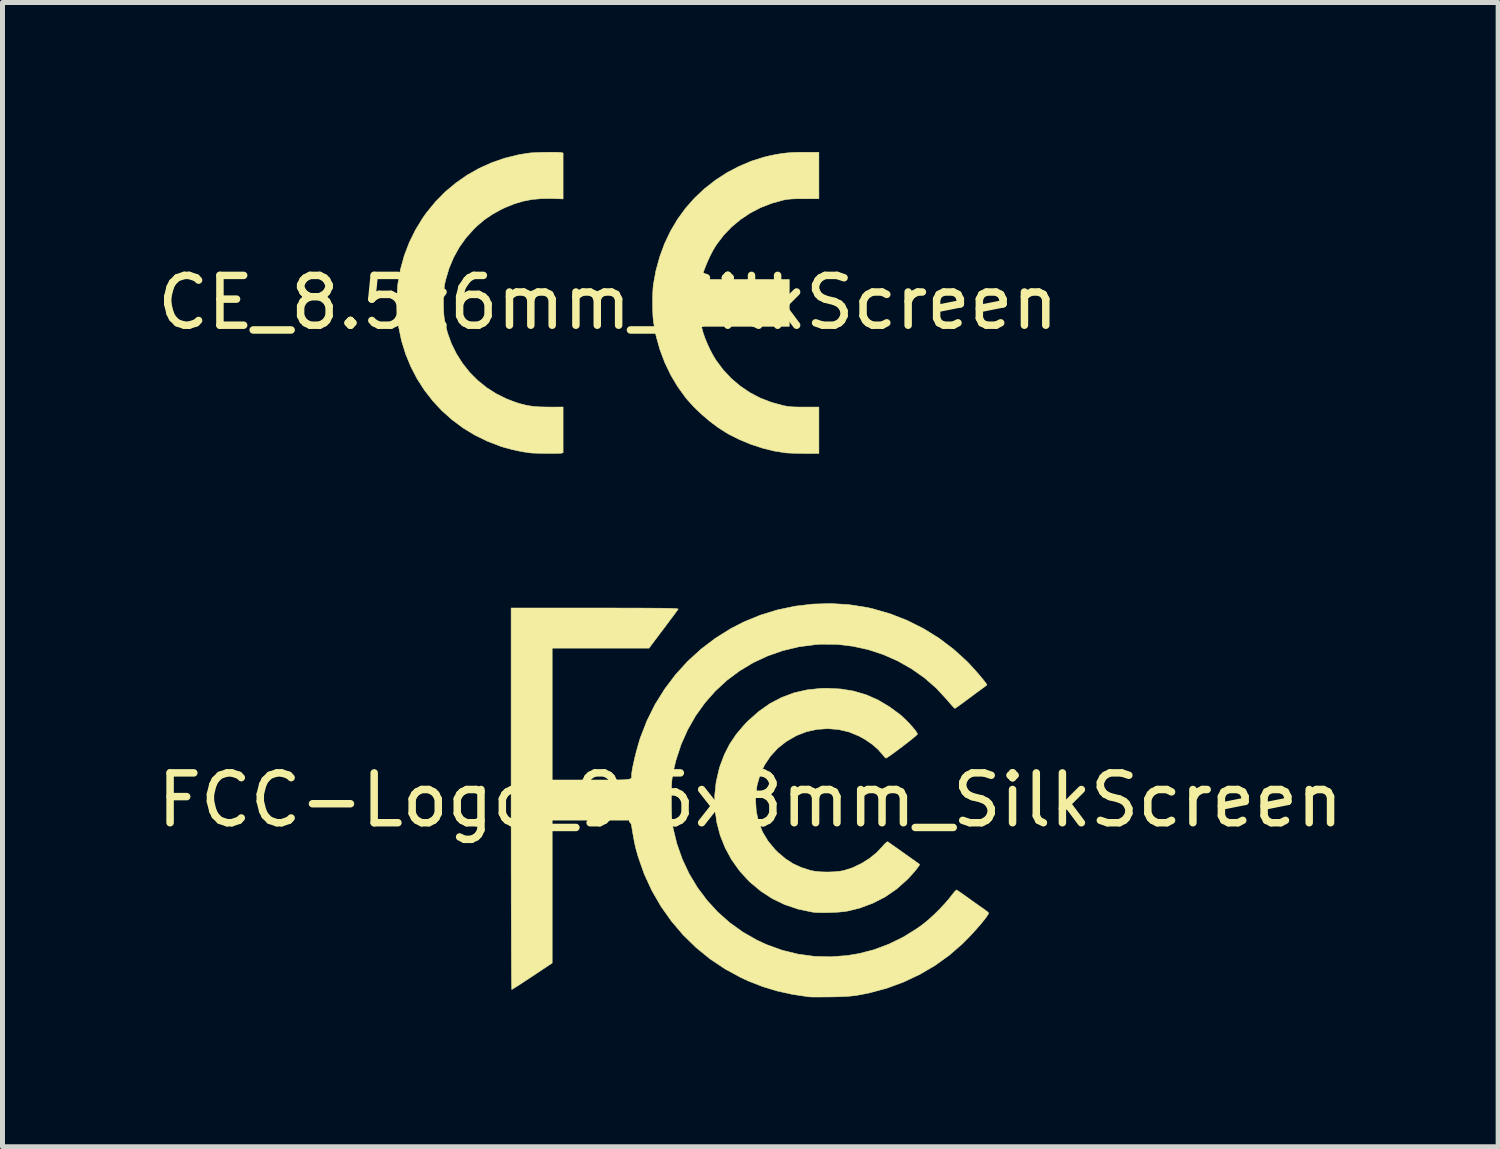
<source format=kicad_pcb>
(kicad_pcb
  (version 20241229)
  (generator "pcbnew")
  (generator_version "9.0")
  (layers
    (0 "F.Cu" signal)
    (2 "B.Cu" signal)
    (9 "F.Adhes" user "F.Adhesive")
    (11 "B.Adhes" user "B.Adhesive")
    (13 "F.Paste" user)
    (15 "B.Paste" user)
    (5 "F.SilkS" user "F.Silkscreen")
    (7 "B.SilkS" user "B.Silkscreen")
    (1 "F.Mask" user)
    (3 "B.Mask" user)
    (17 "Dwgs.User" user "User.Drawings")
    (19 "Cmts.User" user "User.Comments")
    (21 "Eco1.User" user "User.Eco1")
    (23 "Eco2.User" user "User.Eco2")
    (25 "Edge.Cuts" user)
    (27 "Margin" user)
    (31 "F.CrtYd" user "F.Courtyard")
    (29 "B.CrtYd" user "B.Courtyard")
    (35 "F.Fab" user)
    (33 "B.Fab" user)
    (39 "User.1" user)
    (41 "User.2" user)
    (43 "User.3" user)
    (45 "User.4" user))
  (footprint "FCC-Logo_9.6x8mm_SilkScreen"
    (layer "F.Cu")
    (at 12.006 13.004)
    (property "Reference" "FCC-Logo_9.6x8mm_SilkScreen" (at 0 0 0) (layer "F.SilkS") (effects (font (size 1 1) (thickness 0.15))))
    (attr exclude_from_pos_files exclude_from_bom)
    (fp_poly (pts (xy 1.817 -2.229) (xy 2.077 -2.186) (xy 2.324 -2.113) (xy 2.562 -2.008) (xy 2.794 -1.87) (xy 2.999 -1.719) (xy 3.061 -1.665) (xy 3.128 -1.601) (xy 3.194 -1.533) (xy 3.255 -1.465) (xy 3.305 -1.405) (xy 3.34 -1.356) (xy 3.354 -1.326) (xy 3.355 -1.324) (xy 3.341 -1.308) (xy 3.304 -1.275) (xy 3.249 -1.229) (xy 3.18 -1.174) (xy 3.102 -1.114) (xy 3.02 -1.051) (xy 2.939 -0.991) (xy 2.865 -0.936) (xy 2.801 -0.89) (xy 2.752 -0.858) (xy 2.725 -0.842) (xy 2.721 -0.841) (xy 2.703 -0.854) (xy 2.673 -0.888) (xy 2.654 -0.913) (xy 2.564 -1.015) (xy 2.447 -1.117) (xy 2.31 -1.212) (xy 2.179 -1.285) (xy 1.978 -1.367) (xy 1.768 -1.416) (xy 1.553 -1.433) (xy 1.337 -1.418) (xy 1.126 -1.371) (xy 0.922 -1.292) (xy 0.921 -1.291) (xy 0.722 -1.176) (xy 0.549 -1.039) (xy 0.403 -0.879) (xy 0.284 -0.701) (xy 0.194 -0.505) (xy 0.135 -0.295) (xy 0.107 -0.071) (xy 0.105 0.005) (xy 0.12 0.232) (xy 0.167 0.443) (xy 0.245 0.64) (xy 0.355 0.823) (xy 0.498 0.995) (xy 0.557 1.053) (xy 0.705 1.178) (xy 0.858 1.277) (xy 1.026 1.354) (xy 1.211 1.413) (xy 1.304 1.43) (xy 1.42 1.441) (xy 1.547 1.444) (xy 1.675 1.44) (xy 1.793 1.429) (xy 1.881 1.413) (xy 2.056 1.356) (xy 2.229 1.273) (xy 2.393 1.17) (xy 2.538 1.052) (xy 2.647 0.936) (xy 2.696 0.88) (xy 2.734 0.846) (xy 2.757 0.836) (xy 2.758 0.837) (xy 2.776 0.849) (xy 2.817 0.879) (xy 2.877 0.921) (xy 2.95 0.972) (xy 3.03 1.029) (xy 3.114 1.089) (xy 3.196 1.147) (xy 3.27 1.199) (xy 3.331 1.243) (xy 3.375 1.274) (xy 3.396 1.29) (xy 3.396 1.29) (xy 3.391 1.307) (xy 3.367 1.343) (xy 3.327 1.395) (xy 3.277 1.455) (xy 3.22 1.519) (xy 3.162 1.581) (xy 3.142 1.601) (xy 2.934 1.786) (xy 2.705 1.943) (xy 2.457 2.07) (xy 2.194 2.168) (xy 1.958 2.226) (xy 1.873 2.239) (xy 1.765 2.249) (xy 1.645 2.255) (xy 1.522 2.259) (xy 1.405 2.259) (xy 1.306 2.255) (xy 1.244 2.248) (xy 0.959 2.188) (xy 0.693 2.099) (xy 0.444 1.979) (xy 0.212 1.829) (xy -0.005 1.648) (xy -0.029 1.625) (xy -0.217 1.419) (xy -0.376 1.196) (xy -0.505 0.958) (xy -0.605 0.707) (xy -0.673 0.447) (xy -0.71 0.18) (xy -0.715 -0.09) (xy -0.686 -0.361) (xy -0.624 -0.631) (xy -0.605 -0.691) (xy -0.519 -0.917) (xy -0.414 -1.123) (xy -0.286 -1.314) (xy -0.13 -1.499) (xy -0.046 -1.587) (xy 0.168 -1.777) (xy 0.392 -1.935) (xy 0.629 -2.059) (xy 0.878 -2.152) (xy 1.142 -2.212) (xy 1.42 -2.241) (xy 1.542 -2.243) (xy 1.817 -2.229)) (stroke (width 0.01) (type solid)) (fill yes) (layer "F.SilkS"))
    (fp_poly (pts (xy 1.982 -3.921) (xy 2.336 -3.866) (xy 2.444 -3.842) (xy 2.8 -3.74) (xy 3.144 -3.606) (xy 3.474 -3.441) (xy 3.787 -3.247) (xy 4.08 -3.025) (xy 4.344 -2.785) (xy 4.4 -2.727) (xy 4.463 -2.658) (xy 4.529 -2.585) (xy 4.593 -2.511) (xy 4.651 -2.442) (xy 4.699 -2.383) (xy 4.732 -2.339) (xy 4.746 -2.314) (xy 4.747 -2.312) (xy 4.733 -2.298) (xy 4.7 -2.272) (xy 4.672 -2.252) (xy 4.633 -2.224) (xy 4.573 -2.18) (xy 4.497 -2.124) (xy 4.414 -2.062) (xy 4.358 -2.02) (xy 4.278 -1.961) (xy 4.208 -1.91) (xy 4.152 -1.87) (xy 4.116 -1.846) (xy 4.104 -1.839) (xy 4.088 -1.852) (xy 4.055 -1.887) (xy 4.009 -1.939) (xy 3.955 -2.003) (xy 3.944 -2.016) (xy 3.73 -2.247) (xy 3.492 -2.454) (xy 3.233 -2.636) (xy 2.957 -2.792) (xy 2.667 -2.92) (xy 2.366 -3.019) (xy 2.056 -3.087) (xy 1.743 -3.124) (xy 1.427 -3.128) (xy 1.304 -3.12) (xy 0.971 -3.075) (xy 0.65 -2.998) (xy 0.344 -2.891) (xy 0.054 -2.755) (xy -0.218 -2.591) (xy -0.471 -2.402) (xy -0.703 -2.187) (xy -0.912 -1.95) (xy -1.098 -1.691) (xy -1.257 -1.411) (xy -1.39 -1.113) (xy -1.493 -0.797) (xy -1.537 -0.614) (xy -1.553 -0.537) (xy -1.565 -0.47) (xy -1.573 -0.405) (xy -1.579 -0.335) (xy -1.582 -0.252) (xy -1.584 -0.15) (xy -1.585 -0.021) (xy -1.585 -0.009) (xy -1.584 0.136) (xy -1.582 0.253) (xy -1.578 0.349) (xy -1.571 0.43) (xy -1.561 0.504) (xy -1.553 0.552) (xy -1.475 0.874) (xy -1.367 1.182) (xy -1.229 1.476) (xy -1.063 1.753) (xy -0.871 2.01) (xy -0.654 2.247) (xy -0.414 2.46) (xy -0.152 2.648) (xy 0.129 2.809) (xy 0.327 2.901) (xy 0.64 3.014) (xy 0.96 3.092) (xy 1.285 3.136) (xy 1.613 3.145) (xy 1.944 3.12) (xy 2.175 3.082) (xy 2.479 3.004) (xy 2.778 2.892) (xy 3.069 2.75) (xy 3.345 2.578) (xy 3.457 2.498) (xy 3.565 2.41) (xy 3.683 2.303) (xy 3.801 2.187) (xy 3.91 2.07) (xy 4.002 1.962) (xy 4.021 1.937) (xy 4.066 1.879) (xy 4.103 1.835) (xy 4.129 1.808) (xy 4.136 1.804) (xy 4.155 1.814) (xy 4.196 1.841) (xy 4.254 1.881) (xy 4.324 1.931) (xy 4.349 1.949) (xy 4.434 2.01) (xy 4.521 2.072) (xy 4.6 2.128) (xy 4.661 2.17) (xy 4.664 2.172) (xy 4.719 2.211) (xy 4.76 2.243) (xy 4.78 2.264) (xy 4.782 2.267) (xy 4.77 2.296) (xy 4.738 2.345) (xy 4.687 2.412) (xy 4.622 2.491) (xy 4.546 2.579) (xy 4.463 2.671) (xy 4.375 2.764) (xy 4.286 2.854) (xy 4.255 2.885) (xy 3.993 3.113) (xy 3.708 3.318) (xy 3.401 3.498) (xy 3.077 3.651) (xy 2.738 3.776) (xy 2.388 3.87) (xy 2.207 3.906) (xy 2.112 3.922) (xy 2.017 3.933) (xy 1.913 3.941) (xy 1.792 3.946) (xy 1.646 3.95) (xy 1.612 3.95) (xy 1.496 3.951) (xy 1.389 3.952) (xy 1.297 3.952) (xy 1.225 3.951) (xy 1.181 3.949) (xy 1.174 3.948) (xy 0.845 3.899) (xy 0.541 3.832) (xy 0.251 3.744) (xy -0.03 3.635) (xy -0.184 3.564) (xy -0.506 3.39) (xy -0.808 3.188) (xy -1.089 2.959) (xy -1.348 2.706) (xy -1.583 2.43) (xy -1.792 2.134) (xy -1.974 1.82) (xy -2.127 1.489) (xy -2.249 1.143) (xy -2.295 0.981) (xy -2.307 0.929) (xy -2.32 0.874) (xy -2.332 0.812) (xy -2.346 0.735) (xy -2.363 0.639) (xy -2.383 0.516) (xy -2.392 0.46) (xy -2.401 0.403) (xy -3.976 0.403) (xy -3.976 3.27) (xy -4.375 3.536) (xy -4.48 3.605) (xy -4.576 3.668) (xy -4.658 3.722) (xy -4.724 3.763) (xy -4.768 3.791) (xy -4.787 3.801) (xy -4.787 3.801) (xy -4.788 3.784) (xy -4.789 3.733) (xy -4.791 3.651) (xy -4.792 3.538) (xy -4.793 3.396) (xy -4.794 3.228) (xy -4.795 3.034) (xy -4.795 2.816) (xy -4.796 2.575) (xy -4.797 2.314) (xy -4.798 2.034) (xy -4.798 1.736) (xy -4.799 1.422) (xy -4.799 1.093) (xy -4.799 0.752) (xy -4.8 0.4) (xy -4.8 0.038) (xy -4.8 -0.026) (xy -4.8 -3.854) (xy -3.117 -3.854) (xy -2.827 -3.854) (xy -2.571 -3.853) (xy -2.346 -3.853) (xy -2.15 -3.852) (xy -1.983 -3.851) (xy -1.842 -3.85) (xy -1.726 -3.849) (xy -1.633 -3.847) (xy -1.561 -3.845) (xy -1.508 -3.842) (xy -1.472 -3.839) (xy -1.453 -3.836) (xy -1.447 -3.832) (xy -1.448 -3.832) (xy -1.461 -3.813) (xy -1.493 -3.769) (xy -1.54 -3.705) (xy -1.6 -3.625) (xy -1.669 -3.533) (xy -1.745 -3.431) (xy -1.747 -3.429) (xy -2.033 -3.048) (xy -3.976 -3.048) (xy -3.976 -0.403) (xy -3.19 -0.403) (xy -3.001 -0.403) (xy -2.843 -0.403) (xy -2.715 -0.403) (xy -2.613 -0.405) (xy -2.534 -0.407) (xy -2.476 -0.412) (xy -2.434 -0.418) (xy -2.407 -0.426) (xy -2.391 -0.437) (xy -2.384 -0.452) (xy -2.382 -0.469) (xy -2.382 -0.491) (xy -2.382 -0.503) (xy -2.377 -0.56) (xy -2.364 -0.643) (xy -2.342 -0.745) (xy -2.316 -0.861) (xy -2.285 -0.982) (xy -2.252 -1.101) (xy -2.219 -1.213) (xy -2.207 -1.25) (xy -2.075 -1.59) (xy -1.913 -1.916) (xy -1.721 -2.224) (xy -1.503 -2.513) (xy -1.259 -2.782) (xy -0.991 -3.027) (xy -0.701 -3.247) (xy -0.391 -3.441) (xy -0.134 -3.573) (xy 0.199 -3.71) (xy 0.545 -3.816) (xy 0.9 -3.891) (xy 1.26 -3.933) (xy 1.622 -3.943) (xy 1.982 -3.921)) (stroke (width 0.01) (type solid)) (fill yes) (layer "F.SilkS")))
  (footprint "CE_8.5x6mm_SilkScreen"
    (layer "F.Cu")
    (at 9.149 3.021)
    (property "Reference" "CE_8.5x6mm_SilkScreen" (at 0 0 0) (layer "F.SilkS") (effects (font (size 1 1) (thickness 0.15))))
    (attr exclude_from_pos_files exclude_from_bom)
    (fp_poly (pts (xy -1.061 -3.016) (xy -0.996 -3.014) (xy -0.95 -3.011) (xy -0.929 -3.008) (xy -0.9 -3) (xy -0.9 -2.079) (xy -1.109 -2.087) (xy -1.319 -2.086) (xy -1.513 -2.07) (xy -1.698 -2.035) (xy -1.878 -1.981) (xy -2.061 -1.907) (xy -2.137 -1.871) (xy -2.317 -1.772) (xy -2.48 -1.661) (xy -2.632 -1.532) (xy -2.691 -1.474) (xy -2.848 -1.299) (xy -2.984 -1.108) (xy -3.097 -0.904) (xy -3.188 -0.686) (xy -3.257 -0.456) (xy -3.277 -0.364) (xy -3.289 -0.28) (xy -3.297 -0.177) (xy -3.301 -0.062) (xy -3.301 0.057) (xy -3.297 0.174) (xy -3.289 0.281) (xy -3.277 0.37) (xy -3.276 0.377) (xy -3.22 0.606) (xy -3.141 0.824) (xy -3.039 1.03) (xy -2.916 1.223) (xy -2.774 1.401) (xy -2.614 1.562) (xy -2.436 1.706) (xy -2.242 1.83) (xy -2.034 1.933) (xy -1.851 2.003) (xy -1.748 2.034) (xy -1.653 2.058) (xy -1.56 2.075) (xy -1.463 2.087) (xy -1.355 2.094) (xy -1.229 2.096) (xy -1.174 2.097) (xy -0.9 2.096) (xy -0.9 3.013) (xy -0.929 3.021) (xy -0.955 3.024) (xy -1.002 3.026) (xy -1.065 3.027) (xy -1.141 3.028) (xy -1.224 3.027) (xy -1.309 3.026) (xy -1.391 3.024) (xy -1.466 3.022) (xy -1.528 3.019) (xy -1.574 3.015) (xy -1.574 3.015) (xy -1.687 2.998) (xy -1.815 2.974) (xy -1.947 2.943) (xy -2.075 2.909) (xy -2.156 2.884) (xy -2.421 2.782) (xy -2.671 2.66) (xy -2.907 2.516) (xy -3.127 2.352) (xy -3.331 2.171) (xy -3.516 1.972) (xy -3.683 1.757) (xy -3.83 1.528) (xy -3.956 1.285) (xy -4.061 1.029) (xy -4.143 0.762) (xy -4.201 0.486) (xy -4.214 0.397) (xy -4.223 0.312) (xy -4.228 0.208) (xy -4.232 0.092) (xy -4.232 -0.029) (xy -4.23 -0.148) (xy -4.225 -0.258) (xy -4.218 -0.352) (xy -4.214 -0.384) (xy -4.163 -0.666) (xy -4.088 -0.939) (xy -3.988 -1.202) (xy -3.864 -1.454) (xy -3.717 -1.695) (xy -3.638 -1.806) (xy -3.46 -2.023) (xy -3.264 -2.222) (xy -3.051 -2.4) (xy -2.824 -2.558) (xy -2.583 -2.694) (xy -2.33 -2.808) (xy -2.066 -2.899) (xy -1.792 -2.966) (xy -1.601 -2.997) (xy -1.549 -3.003) (xy -1.48 -3.007) (xy -1.399 -3.011) (xy -1.312 -3.014) (xy -1.224 -3.015) (xy -1.138 -3.016) (xy -1.061 -3.016)) (stroke (width 0.01) (type solid)) (fill yes) (layer "F.SilkS"))
    (fp_poly (pts (xy 4.233 -2.084) (xy 3.939 -2.083) (xy 3.837 -2.083) (xy 3.756 -2.082) (xy 3.692 -2.079) (xy 3.638 -2.075) (xy 3.591 -2.069) (xy 3.544 -2.061) (xy 3.51 -2.054) (xy 3.281 -1.99) (xy 3.061 -1.904) (xy 2.854 -1.796) (xy 2.661 -1.667) (xy 2.484 -1.52) (xy 2.324 -1.354) (xy 2.184 -1.171) (xy 2.16 -1.134) (xy 2.108 -1.047) (xy 2.055 -0.945) (xy 2.004 -0.836) (xy 1.958 -0.726) (xy 1.919 -0.623) (xy 1.892 -0.532) (xy 1.886 -0.506) (xy 1.876 -0.463) (xy 3.638 -0.463) (xy 3.638 0.476) (xy 1.876 0.476) (xy 1.886 0.519) (xy 1.911 0.611) (xy 1.948 0.716) (xy 1.995 0.83) (xy 2.048 0.944) (xy 2.105 1.052) (xy 2.161 1.146) (xy 2.17 1.16) (xy 2.314 1.352) (xy 2.475 1.524) (xy 2.653 1.675) (xy 2.846 1.806) (xy 3.054 1.915) (xy 3.275 2.001) (xy 3.508 2.065) (xy 3.514 2.066) (xy 3.567 2.077) (xy 3.615 2.085) (xy 3.665 2.09) (xy 3.721 2.094) (xy 3.789 2.096) (xy 3.875 2.097) (xy 3.946 2.097) (xy 4.233 2.097) (xy 4.233 3.029) (xy 3.946 3.028) (xy 3.854 3.027) (xy 3.764 3.025) (xy 3.682 3.022) (xy 3.614 3.019) (xy 3.566 3.016) (xy 3.559 3.015) (xy 3.333 2.979) (xy 3.101 2.921) (xy 2.869 2.845) (xy 2.644 2.752) (xy 2.43 2.645) (xy 2.375 2.613) (xy 2.211 2.508) (xy 2.045 2.384) (xy 1.883 2.246) (xy 1.732 2.102) (xy 1.599 1.956) (xy 1.562 1.912) (xy 1.401 1.69) (xy 1.259 1.452) (xy 1.139 1.201) (xy 1.041 0.939) (xy 0.965 0.667) (xy 0.914 0.389) (xy 0.912 0.37) (xy 0.905 0.299) (xy 0.9 0.208) (xy 0.897 0.105) (xy 0.896 -0.004) (xy 0.897 -0.112) (xy 0.9 -0.213) (xy 0.905 -0.299) (xy 0.911 -0.357) (xy 0.963 -0.642) (xy 1.039 -0.918) (xy 1.136 -1.182) (xy 1.256 -1.434) (xy 1.397 -1.672) (xy 1.559 -1.894) (xy 1.562 -1.898) (xy 1.742 -2.101) (xy 1.941 -2.287) (xy 2.157 -2.456) (xy 2.386 -2.605) (xy 2.628 -2.732) (xy 2.878 -2.838) (xy 3.134 -2.919) (xy 3.235 -2.943) (xy 3.359 -2.969) (xy 3.474 -2.988) (xy 3.588 -3.002) (xy 3.707 -3.011) (xy 3.841 -3.015) (xy 3.952 -3.016) (xy 4.233 -3.016) (xy 4.233 -2.084)) (stroke (width 0.01) (type solid)) (fill yes) (layer "F.SilkS")))
  (gr_rect
    (start -3 -3)
    (end 27.012 19.961)
    (stroke (width 0.1) (type default))
    (fill no)
    (layer "Edge.Cuts")))
</source>
